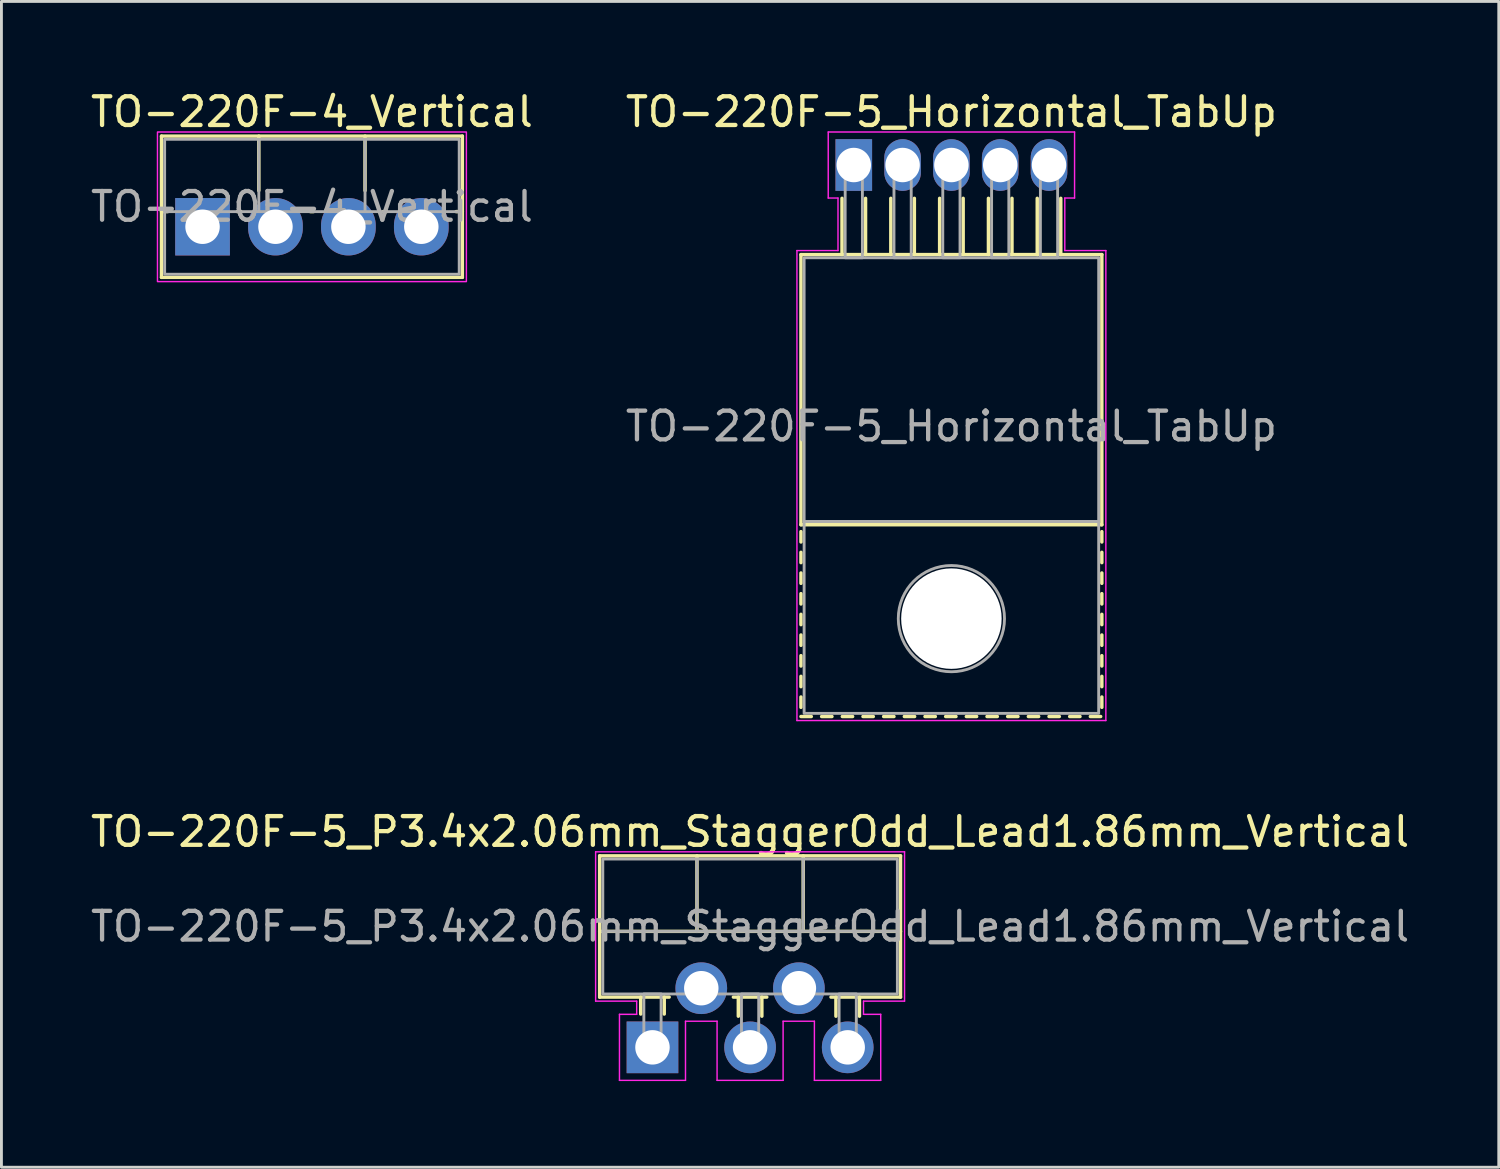
<source format=kicad_pcb>
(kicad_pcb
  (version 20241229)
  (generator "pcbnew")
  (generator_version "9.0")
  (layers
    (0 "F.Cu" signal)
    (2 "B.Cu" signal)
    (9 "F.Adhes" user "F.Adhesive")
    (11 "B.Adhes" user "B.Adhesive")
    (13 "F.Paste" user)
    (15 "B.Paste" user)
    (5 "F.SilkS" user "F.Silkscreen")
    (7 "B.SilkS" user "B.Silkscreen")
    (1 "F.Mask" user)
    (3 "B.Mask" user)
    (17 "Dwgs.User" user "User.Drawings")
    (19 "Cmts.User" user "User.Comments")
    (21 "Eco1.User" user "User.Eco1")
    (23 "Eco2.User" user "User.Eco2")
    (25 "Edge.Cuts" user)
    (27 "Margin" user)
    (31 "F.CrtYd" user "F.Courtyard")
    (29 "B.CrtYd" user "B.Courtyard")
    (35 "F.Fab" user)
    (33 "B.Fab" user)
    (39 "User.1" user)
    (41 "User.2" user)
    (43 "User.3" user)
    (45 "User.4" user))
  (footprint "TO-220F-5_Horizontal_TabUp"
    (layer "F.Cu")
    (at 26.689 2.698)
    (property "Reference" "TO-220F-5_Horizontal_TabUp" (at 3.4 -1.85 0) (layer "F.SilkS") (effects (font (size 1 1) (thickness 0.15))))
    (attr through_hole)
    (fp_line (start -1.84 3.12) (end -1.84 12.53) (stroke (width 0.12) (type solid)) (layer "F.SilkS"))
    (fp_line (start -1.84 3.12) (end 8.64 3.12) (stroke (width 0.12) (type solid)) (layer "F.SilkS"))
    (fp_line (start -1.84 12.53) (end 8.64 12.53) (stroke (width 0.12) (type solid)) (layer "F.SilkS"))
    (fp_line (start -1.84 12.77) (end -1.84 13.13) (stroke (width 0.12) (type solid)) (layer "F.SilkS"))
    (fp_line (start -1.84 13.49) (end -1.84 13.85) (stroke (width 0.12) (type solid)) (layer "F.SilkS"))
    (fp_line (start -1.84 14.21) (end -1.84 14.57) (stroke (width 0.12) (type solid)) (layer "F.SilkS"))
    (fp_line (start -1.84 14.93) (end -1.84 15.29) (stroke (width 0.12) (type solid)) (layer "F.SilkS"))
    (fp_line (start -1.84 15.65) (end -1.84 16.01) (stroke (width 0.12) (type solid)) (layer "F.SilkS"))
    (fp_line (start -1.84 16.37) (end -1.84 16.73) (stroke (width 0.12) (type solid)) (layer "F.SilkS"))
    (fp_line (start -1.84 17.09) (end -1.84 17.45) (stroke (width 0.12) (type solid)) (layer "F.SilkS"))
    (fp_line (start -1.84 17.81) (end -1.84 18.17) (stroke (width 0.12) (type solid)) (layer "F.SilkS"))
    (fp_line (start -1.84 18.53) (end -1.84 18.89) (stroke (width 0.12) (type solid)) (layer "F.SilkS"))
    (fp_line (start -1.84 19.21) (end -1.48 19.21) (stroke (width 0.12) (type solid)) (layer "F.SilkS"))
    (fp_line (start -1.12 19.21) (end -0.76 19.21) (stroke (width 0.12) (type solid)) (layer "F.SilkS"))
    (fp_line (start -0.41 3.12) (end -0.41 1.16) (stroke (width 0.12) (type solid)) (layer "F.SilkS"))
    (fp_line (start -0.4 19.21) (end -0.04 19.21) (stroke (width 0.12) (type solid)) (layer "F.SilkS"))
    (fp_line (start 0.32 19.21) (end 0.68 19.21) (stroke (width 0.12) (type solid)) (layer "F.SilkS"))
    (fp_line (start 0.41 3.12) (end 0.41 1.16) (stroke (width 0.12) (type solid)) (layer "F.SilkS"))
    (fp_line (start 1.04 19.21) (end 1.4 19.21) (stroke (width 0.12) (type solid)) (layer "F.SilkS"))
    (fp_line (start 1.29 3.12) (end 1.29 1.16) (stroke (width 0.12) (type solid)) (layer "F.SilkS"))
    (fp_line (start 1.76 19.21) (end 2.12 19.21) (stroke (width 0.12) (type solid)) (layer "F.SilkS"))
    (fp_line (start 2.11 3.12) (end 2.11 1.16) (stroke (width 0.12) (type solid)) (layer "F.SilkS"))
    (fp_line (start 2.48 19.21) (end 2.84 19.21) (stroke (width 0.12) (type solid)) (layer "F.SilkS"))
    (fp_line (start 2.99 3.12) (end 2.99 1.16) (stroke (width 0.12) (type solid)) (layer "F.SilkS"))
    (fp_line (start 3.2 19.21) (end 3.56 19.21) (stroke (width 0.12) (type solid)) (layer "F.SilkS"))
    (fp_line (start 3.81 3.12) (end 3.81 1.16) (stroke (width 0.12) (type solid)) (layer "F.SilkS"))
    (fp_line (start 3.92 19.21) (end 4.28 19.21) (stroke (width 0.12) (type solid)) (layer "F.SilkS"))
    (fp_line (start 4.64 19.21) (end 5 19.21) (stroke (width 0.12) (type solid)) (layer "F.SilkS"))
    (fp_line (start 4.69 3.12) (end 4.69 1.16) (stroke (width 0.12) (type solid)) (layer "F.SilkS"))
    (fp_line (start 5.36 19.21) (end 5.72 19.21) (stroke (width 0.12) (type solid)) (layer "F.SilkS"))
    (fp_line (start 5.51 3.12) (end 5.51 1.16) (stroke (width 0.12) (type solid)) (layer "F.SilkS"))
    (fp_line (start 6.08 19.21) (end 6.44 19.21) (stroke (width 0.12) (type solid)) (layer "F.SilkS"))
    (fp_line (start 6.39 3.12) (end 6.39 1.16) (stroke (width 0.12) (type solid)) (layer "F.SilkS"))
    (fp_line (start 6.8 19.21) (end 7.16 19.21) (stroke (width 0.12) (type solid)) (layer "F.SilkS"))
    (fp_line (start 7.21 3.12) (end 7.21 1.16) (stroke (width 0.12) (type solid)) (layer "F.SilkS"))
    (fp_line (start 7.52 19.21) (end 7.88 19.21) (stroke (width 0.12) (type solid)) (layer "F.SilkS"))
    (fp_line (start 8.24 19.21) (end 8.6 19.21) (stroke (width 0.12) (type solid)) (layer "F.SilkS"))
    (fp_line (start 8.64 3.12) (end 8.64 12.53) (stroke (width 0.12) (type solid)) (layer "F.SilkS"))
    (fp_line (start 8.64 12.77) (end 8.64 13.13) (stroke (width 0.12) (type solid)) (layer "F.SilkS"))
    (fp_line (start 8.64 13.49) (end 8.64 13.85) (stroke (width 0.12) (type solid)) (layer "F.SilkS"))
    (fp_line (start 8.64 14.21) (end 8.64 14.57) (stroke (width 0.12) (type solid)) (layer "F.SilkS"))
    (fp_line (start 8.64 14.93) (end 8.64 15.29) (stroke (width 0.12) (type solid)) (layer "F.SilkS"))
    (fp_line (start 8.64 15.65) (end 8.64 16.01) (stroke (width 0.12) (type solid)) (layer "F.SilkS"))
    (fp_line (start 8.64 16.37) (end 8.64 16.73) (stroke (width 0.12) (type solid)) (layer "F.SilkS"))
    (fp_line (start 8.64 17.09) (end 8.64 17.45) (stroke (width 0.12) (type solid)) (layer "F.SilkS"))
    (fp_line (start 8.64 17.81) (end 8.64 18.17) (stroke (width 0.12) (type solid)) (layer "F.SilkS"))
    (fp_line (start 8.64 18.53) (end 8.64 18.89) (stroke (width 0.12) (type solid)) (layer "F.SilkS"))
    (fp_line (start -1.98 2.98) (end -0.55 2.98) (stroke (width 0.05) (type solid)) (layer "F.CrtYd"))
    (fp_line (start -1.98 19.35) (end -1.98 2.98) (stroke (width 0.05) (type solid)) (layer "F.CrtYd"))
    (fp_line (start -0.89 -1.15) (end 7.69 -1.15) (stroke (width 0.05) (type solid)) (layer "F.CrtYd"))
    (fp_line (start -0.89 1.15) (end -0.89 -1.15) (stroke (width 0.05) (type solid)) (layer "F.CrtYd"))
    (fp_line (start -0.55 1.15) (end -0.89 1.15) (stroke (width 0.05) (type solid)) (layer "F.CrtYd"))
    (fp_line (start -0.55 2.98) (end -0.55 1.15) (stroke (width 0.05) (type solid)) (layer "F.CrtYd"))
    (fp_line (start 7.35 1.15) (end 7.35 2.98) (stroke (width 0.05) (type solid)) (layer "F.CrtYd"))
    (fp_line (start 7.35 2.98) (end 8.78 2.98) (stroke (width 0.05) (type solid)) (layer "F.CrtYd"))
    (fp_line (start 7.69 -1.15) (end 7.69 1.15) (stroke (width 0.05) (type solid)) (layer "F.CrtYd"))
    (fp_line (start 7.69 1.15) (end 7.35 1.15) (stroke (width 0.05) (type solid)) (layer "F.CrtYd"))
    (fp_line (start 8.78 2.98) (end 8.78 19.35) (stroke (width 0.05) (type solid)) (layer "F.CrtYd"))
    (fp_line (start 8.78 19.35) (end -1.98 19.35) (stroke (width 0.05) (type solid)) (layer "F.CrtYd"))
    (fp_rect (start -1.73 3.23) (end 8.53 12.42) (stroke (width 0.1) (type solid)) (fill no) (layer "F.Fab"))
    (fp_rect (start -1.73 12.42) (end 8.53 19.1) (stroke (width 0.1) (type solid)) (fill no) (layer "F.Fab"))
    (fp_rect (start -0.3 0) (end 0.3 3.23) (stroke (width 0.1) (type solid)) (fill no) (layer "F.Fab"))
    (fp_rect (start 1.4 0) (end 2 3.23) (stroke (width 0.1) (type solid)) (fill no) (layer "F.Fab"))
    (fp_rect (start 3.1 0) (end 3.7 3.23) (stroke (width 0.1) (type solid)) (fill no) (layer "F.Fab"))
    (fp_rect (start 4.8 0) (end 5.4 3.23) (stroke (width 0.1) (type solid)) (fill no) (layer "F.Fab"))
    (fp_rect (start 6.5 0) (end 7.1 3.23) (stroke (width 0.1) (type solid)) (fill no) (layer "F.Fab"))
    (fp_circle (center 3.4 15.8) (end 5.25 15.8) (stroke (width 0.1) (type solid)) (fill no) (layer "F.Fab"))
    (fp_text user "${REFERENCE}" (at 3.4 9.1 0) (layer "F.Fab") (effects (font (size 1 1) (thickness 0.15))))
    (pad "" np_thru_hole circle (at 3.4 15.8) (size 3.5 3.5) (drill 3.5) (layers "*.Cu" "*.Mask"))
    (pad "1" thru_hole rect (at 0 0) (size 1.275 1.8) (drill 1.2) (layers "*.Cu" "*.Mask"))
    (pad "2" thru_hole oval (at 1.7 0) (size 1.275 1.8) (drill 1.2) (layers "*.Cu" "*.Mask"))
    (pad "3" thru_hole oval (at 3.4 0) (size 1.275 1.8) (drill 1.2) (layers "*.Cu" "*.Mask"))
    (pad "4" thru_hole oval (at 5.1 0) (size 1.275 1.8) (drill 1.2) (layers "*.Cu" "*.Mask"))
    (pad "5" thru_hole oval (at 6.8 0) (size 1.275 1.8) (drill 1.2) (layers "*.Cu" "*.Mask")))
  (footprint "TO-220F-4_Vertical"
    (layer "F.Cu")
    (at 4.005 4.848)
    (property "Reference" "TO-220F-4_Vertical" (at 3.81 -4 0) (layer "F.SilkS") (effects (font (size 1 1) (thickness 0.15))))
    (attr through_hole)
    (fp_line (start -1.43 -3.157) (end 9.05 -3.157) (stroke (width 0.12) (type solid)) (layer "F.SilkS"))
    (fp_line (start -1.43 -0.527) (end -1.212 -0.527) (stroke (width 0.12) (type solid)) (layer "F.SilkS"))
    (fp_line (start -1.43 1.763) (end -1.43 -3.157) (stroke (width 0.12) (type solid)) (layer "F.SilkS"))
    (fp_line (start 1.212 -0.527) (end 1.328 -0.528) (stroke (width 0.12) (type solid)) (layer "F.SilkS"))
    (fp_line (start 1.96 -3.157) (end 1.96 -1.26) (stroke (width 0.12) (type solid)) (layer "F.SilkS"))
    (fp_line (start 3.753 -0.528) (end 3.867 -0.528) (stroke (width 0.12) (type solid)) (layer "F.SilkS"))
    (fp_line (start 5.66 -3.157) (end 5.66 -1.26) (stroke (width 0.12) (type solid)) (layer "F.SilkS"))
    (fp_line (start 6.292 -0.528) (end 6.408 -0.528) (stroke (width 0.12) (type solid)) (layer "F.SilkS"))
    (fp_line (start 8.832 -0.527) (end 9.05 -0.527) (stroke (width 0.12) (type solid)) (layer "F.SilkS"))
    (fp_line (start 9.05 -3.157) (end 9.05 1.763) (stroke (width 0.12) (type solid)) (layer "F.SilkS"))
    (fp_line (start 9.05 1.763) (end -1.43 1.763) (stroke (width 0.12) (type solid)) (layer "F.SilkS"))
    (fp_rect (start -1.57 -3.3) (end 9.19 1.91) (stroke (width 0.05) (type solid)) (fill no) (layer "F.CrtYd"))
    (fp_line (start -1.32 -0.527) (end 8.94 -0.527) (stroke (width 0.1) (type solid)) (layer "F.Fab"))
    (fp_line (start 1.96 -3.047) (end 1.96 -0.527) (stroke (width 0.1) (type solid)) (layer "F.Fab"))
    (fp_line (start 5.66 -3.047) (end 5.66 -0.527) (stroke (width 0.1) (type solid)) (layer "F.Fab"))
    (fp_rect (start -1.32 -3.047) (end 8.94 1.653) (stroke (width 0.1) (type solid)) (fill no) (layer "F.Fab"))
    (fp_text user "${REFERENCE}" (at 3.81 -0.7 0) (layer "F.Fab") (effects (font (size 1 1) (thickness 0.15))))
    (pad "1" thru_hole rect (at 0 0) (size 1.905 2) (drill 1.2) (layers "*.Cu" "*.Mask"))
    (pad "2" thru_hole oval (at 2.54 0) (size 1.905 2) (drill 1.2) (layers "*.Cu" "*.Mask"))
    (pad "3" thru_hole oval (at 5.08 0) (size 1.905 2) (drill 1.2) (layers "*.Cu" "*.Mask"))
    (pad "4" thru_hole oval (at 7.62 0) (size 1.905 2) (drill 1.2) (layers "*.Cu" "*.Mask")))
  (footprint "TO-220F-5_P3.4x2.06mm_StaggerOdd_Lead1.86mm_Vertical"
    (layer "F.Cu")
    (at 19.677 33.431)
    (property "Reference" "TO-220F-5_P3.4x2.06mm_StaggerOdd_Lead1.86mm_Vertical" (at 3.4 -7.51 0) (layer "F.SilkS") (effects (font (size 1 1) (thickness 0.15))))
    (attr through_hole)
    (fp_line (start -1.84 -6.67) (end 8.64 -6.67) (stroke (width 0.12) (type solid)) (layer "F.SilkS"))
    (fp_line (start -1.84 -4.04) (end 8.64 -4.04) (stroke (width 0.12) (type solid)) (layer "F.SilkS"))
    (fp_line (start -1.84 -1.75) (end -1.84 -6.67) (stroke (width 0.12) (type solid)) (layer "F.SilkS"))
    (fp_line (start -0.41 -1.75) (end -0.41 -1.16) (stroke (width 0.12) (type solid)) (layer "F.SilkS"))
    (fp_line (start 0.41 -1.75) (end 0.41 -1.16) (stroke (width 0.12) (type solid)) (layer "F.SilkS"))
    (fp_line (start 0.582 -1.75) (end -1.84 -1.75) (stroke (width 0.12) (type solid)) (layer "F.SilkS"))
    (fp_line (start 1.55 -6.67) (end 1.55 -4.04) (stroke (width 0.12) (type solid)) (layer "F.SilkS"))
    (fp_line (start 2.99 -1.75) (end 2.99 -1.085) (stroke (width 0.12) (type solid)) (layer "F.SilkS"))
    (fp_line (start 3.81 -1.75) (end 3.81 -1.085) (stroke (width 0.12) (type solid)) (layer "F.SilkS"))
    (fp_line (start 3.982 -1.75) (end 2.818 -1.75) (stroke (width 0.12) (type solid)) (layer "F.SilkS"))
    (fp_line (start 5.25 -6.67) (end 5.25 -4.04) (stroke (width 0.12) (type solid)) (layer "F.SilkS"))
    (fp_line (start 6.39 -1.75) (end 6.39 -1.085) (stroke (width 0.12) (type solid)) (layer "F.SilkS"))
    (fp_line (start 7.21 -1.75) (end 7.21 -1.085) (stroke (width 0.12) (type solid)) (layer "F.SilkS"))
    (fp_line (start 8.64 -6.67) (end 8.64 -1.75) (stroke (width 0.12) (type solid)) (layer "F.SilkS"))
    (fp_line (start 8.64 -1.75) (end 6.218 -1.75) (stroke (width 0.12) (type solid)) (layer "F.SilkS"))
    (fp_line (start -1.98 -6.81) (end 8.78 -6.81) (stroke (width 0.05) (type solid)) (layer "F.CrtYd"))
    (fp_line (start -1.98 -1.61) (end -1.98 -6.81) (stroke (width 0.05) (type solid)) (layer "F.CrtYd"))
    (fp_line (start -1.15 -1.15) (end -0.55 -1.15) (stroke (width 0.05) (type solid)) (layer "F.CrtYd"))
    (fp_line (start -1.15 1.15) (end -1.15 -1.15) (stroke (width 0.05) (type solid)) (layer "F.CrtYd"))
    (fp_line (start -0.55 -1.61) (end -1.98 -1.61) (stroke (width 0.05) (type solid)) (layer "F.CrtYd"))
    (fp_line (start -0.55 -1.15) (end -0.55 -1.61) (stroke (width 0.05) (type solid)) (layer "F.CrtYd"))
    (fp_line (start 1.15 -0.91) (end 1.15 1.15) (stroke (width 0.05) (type solid)) (layer "F.CrtYd"))
    (fp_line (start 1.15 1.15) (end -1.15 1.15) (stroke (width 0.05) (type solid)) (layer "F.CrtYd"))
    (fp_line (start 2.25 -0.91) (end 1.15 -0.91) (stroke (width 0.05) (type solid)) (layer "F.CrtYd"))
    (fp_line (start 2.25 1.15) (end 2.25 -0.91) (stroke (width 0.05) (type solid)) (layer "F.CrtYd"))
    (fp_line (start 4.55 -0.91) (end 4.55 1.15) (stroke (width 0.05) (type solid)) (layer "F.CrtYd"))
    (fp_line (start 4.55 1.15) (end 2.25 1.15) (stroke (width 0.05) (type solid)) (layer "F.CrtYd"))
    (fp_line (start 5.64 -0.91) (end 4.55 -0.91) (stroke (width 0.05) (type solid)) (layer "F.CrtYd"))
    (fp_line (start 5.64 1.15) (end 5.64 -0.91) (stroke (width 0.05) (type solid)) (layer "F.CrtYd"))
    (fp_line (start 7.35 -1.61) (end 7.35 -1.15) (stroke (width 0.05) (type solid)) (layer "F.CrtYd"))
    (fp_line (start 7.35 -1.15) (end 7.95 -1.15) (stroke (width 0.05) (type solid)) (layer "F.CrtYd"))
    (fp_line (start 7.95 -1.15) (end 7.95 1.15) (stroke (width 0.05) (type solid)) (layer "F.CrtYd"))
    (fp_line (start 7.95 1.15) (end 5.64 1.15) (stroke (width 0.05) (type solid)) (layer "F.CrtYd"))
    (fp_line (start 8.78 -6.81) (end 8.78 -1.61) (stroke (width 0.05) (type solid)) (layer "F.CrtYd"))
    (fp_line (start 8.78 -1.61) (end 7.35 -1.61) (stroke (width 0.05) (type solid)) (layer "F.CrtYd"))
    (fp_line (start -1.73 -4.04) (end 8.53 -4.04) (stroke (width 0.1) (type solid)) (layer "F.Fab"))
    (fp_line (start 1.55 -6.56) (end 1.55 -4.04) (stroke (width 0.1) (type solid)) (layer "F.Fab"))
    (fp_line (start 5.25 -6.56) (end 5.25 -4.04) (stroke (width 0.1) (type solid)) (layer "F.Fab"))
    (fp_rect (start -1.73 -6.56) (end 8.53 -1.86) (stroke (width 0.1) (type solid)) (fill no) (layer "F.Fab"))
    (fp_rect (start -0.3 -1.86) (end 0.3 0) (stroke (width 0.1) (type solid)) (fill no) (layer "F.Fab"))
    (fp_rect (start 3.1 -1.86) (end 3.7 0) (stroke (width 0.1) (type solid)) (fill no) (layer "F.Fab"))
    (fp_rect (start 6.5 -1.86) (end 7.1 0) (stroke (width 0.1) (type solid)) (fill no) (layer "F.Fab"))
    (fp_text user "${REFERENCE}" (at 3.4 -4.21 0) (layer "F.Fab") (effects (font (size 1 1) (thickness 0.15))))
    (pad "1" thru_hole rect (at 0 0) (size 1.8 1.8) (drill 1.2) (layers "*.Cu" "*.Mask"))
    (pad "2" thru_hole circle (at 1.7 -2.06) (size 1.8 1.8) (drill 1.2) (layers "*.Cu" "*.Mask"))
    (pad "3" thru_hole circle (at 3.4 0) (size 1.8 1.8) (drill 1.2) (layers "*.Cu" "*.Mask"))
    (pad "4" thru_hole circle (at 5.1 -2.06) (size 1.8 1.8) (drill 1.2) (layers "*.Cu" "*.Mask"))
    (pad "5" thru_hole circle (at 6.8 0) (size 1.8 1.8) (drill 1.2) (layers "*.Cu" "*.Mask")))
  (gr_rect
    (start -3 -3)
    (end 49.155 37.606)
    (stroke (width 0.1) (type default))
    (fill no)
    (layer "Edge.Cuts")))
</source>
